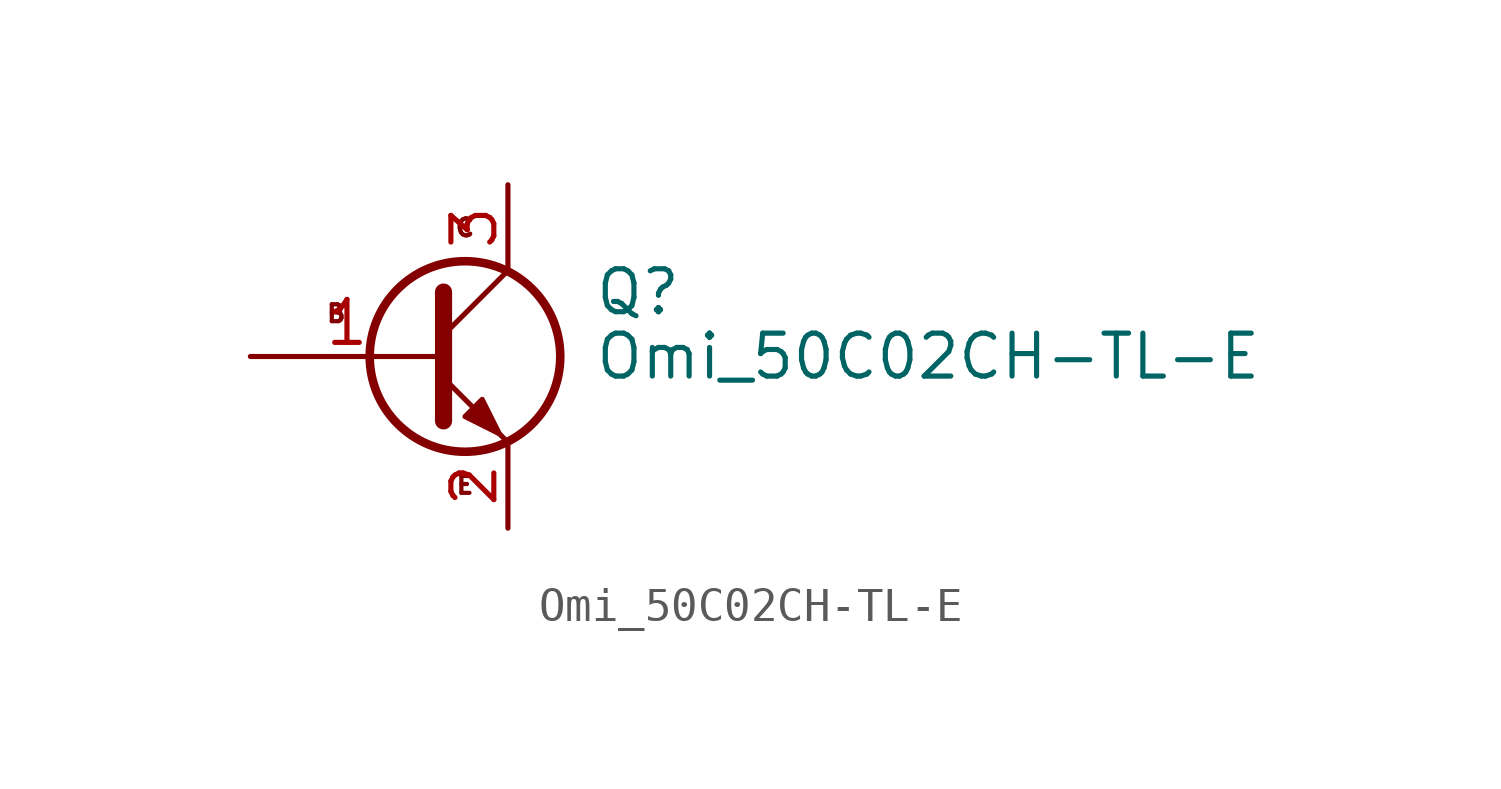
<source format=kicad_sym>
(kicad_symbol_lib
  (version 20220914)
  (generator kicad_symbol_editor)
  (symbol "Omi_50C02CH-TL-E"
    (pin_names
      (offset 0) hide)
    (property "Reference" "Q"
      (at 5.08 1.905 0)
      (effects (font (size 1.27 1.27)) (justify left)))
    (property "Value" "Omi_50C02CH-TL-E"
      (at 5.08 0 0)
      (effects (font (size 1.27 1.27)) (justify left)))
    (symbol "Omi_50C02CH-TL-E_0_1"
      (polyline (pts (xy 0.635 0.635) (xy 2.54 2.54)) (stroke (width 0) (type default)) (fill (type none)))
      (polyline (pts (xy 0.635 -0.635) (xy 2.54 -2.54) (xy 2.54 -2.54)) (stroke (width 0) (type default)) (fill (type none)))
      (polyline (pts (xy 0.635 1.905) (xy 0.635 -1.905) (xy 0.635 -1.905)) (stroke (width 0.508) (type default)) (fill (type none)))
      (polyline (pts (xy 1.27 -1.778) (xy 1.778 -1.27) (xy 2.286 -2.286) (xy 1.27 -1.778) (xy 1.27 -1.778)) (stroke (width 0) (type default)) (fill (type outline)))
      (circle (center 1.27 0) (radius 2.819) (stroke (width 0.254) (type default)) (fill (type none))))
    (symbol "Omi_50C02CH-TL-E_1_1"
      (text "B" (at -2.54 1.27 0) (effects (font (size 0.5 0.5))))
      (text "C" (at 1.27 3.81 0) (effects (font (size 0.5 0.5))))
      (text "E" (at 1.27 -3.81 0) (effects (font (size 0.5 0.5))))
      (pin passive line (at -5.08 0 0) (length 5.715) (name "B" (effects (font (size 1.27 1.27)))) (number "1" (effects (font (size 1.27 1.27)))))
      (pin passive line (at 2.54 -5.08 90) (length 2.54) (name "E" (effects (font (size 1.27 1.27)))) (number "2" (effects (font (size 1.27 1.27)))))
      (pin passive line (at 2.54 5.08 270) (length 2.54) (name "C" (effects (font (size 1.27 1.27)))) (number "3" (effects (font (size 1.27 1.27))))))))
</source>
